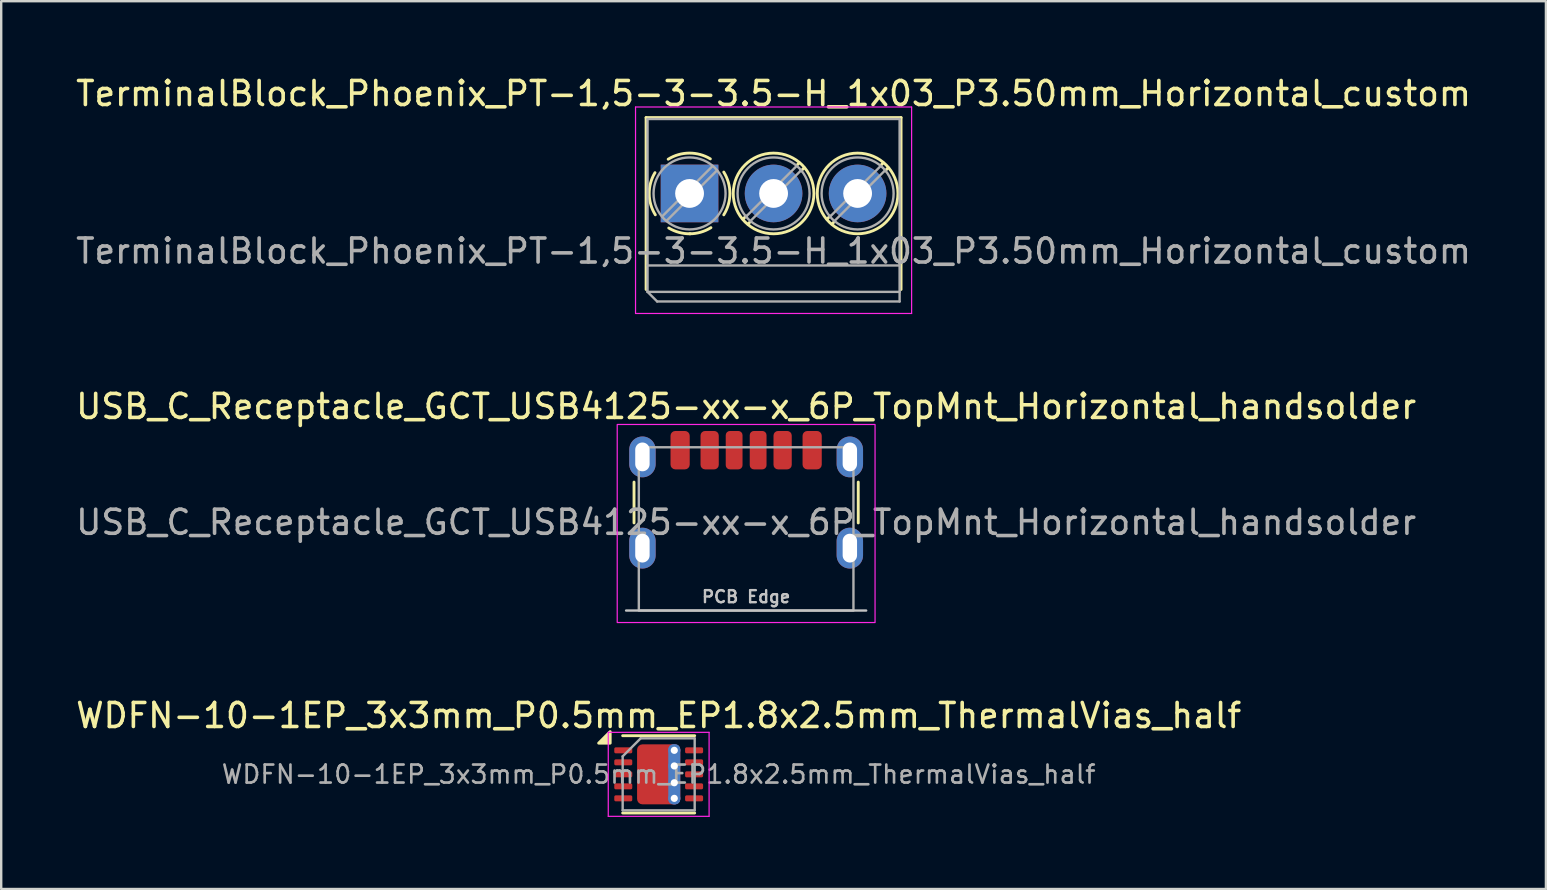
<source format=kicad_pcb>
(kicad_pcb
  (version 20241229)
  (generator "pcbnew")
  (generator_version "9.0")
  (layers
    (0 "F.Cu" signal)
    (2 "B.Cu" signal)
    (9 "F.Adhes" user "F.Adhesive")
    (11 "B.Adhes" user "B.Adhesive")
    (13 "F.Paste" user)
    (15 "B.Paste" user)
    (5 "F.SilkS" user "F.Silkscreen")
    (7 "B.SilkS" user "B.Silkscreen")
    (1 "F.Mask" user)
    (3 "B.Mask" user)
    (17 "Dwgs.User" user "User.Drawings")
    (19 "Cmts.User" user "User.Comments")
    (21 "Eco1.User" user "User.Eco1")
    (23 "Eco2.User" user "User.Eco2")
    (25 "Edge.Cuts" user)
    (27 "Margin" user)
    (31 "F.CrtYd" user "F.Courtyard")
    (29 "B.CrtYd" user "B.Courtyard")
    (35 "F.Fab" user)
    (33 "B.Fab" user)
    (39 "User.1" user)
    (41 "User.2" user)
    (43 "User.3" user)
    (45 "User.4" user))
  (footprint "WDFN-10-1EP_3x3mm_P0.5mm_EP1.8x2.5mm_ThermalVias_half"
    (layer "F.Cu")
    (at 24.387 29.205)
    (property "Reference" "WDFN-10-1EP_3x3mm_P0.5mm_EP1.8x2.5mm_ThermalVias_half" (at 0 -2.45 0) (layer "F.SilkS") (effects (font (size 1 1) (thickness 0.15))))
    (attr smd)
    (fp_line (start -1.5 -1.61) (end 1.5 -1.61) (stroke (width 0.12) (type solid)) (layer "F.SilkS"))
    (fp_line (start -1.5 1.61) (end 1.5 1.61) (stroke (width 0.12) (type solid)) (layer "F.SilkS"))
    (fp_poly (pts (xy -2.02 -1.3) (xy -2.5 -1.3) (xy -2.02 -1.78) (xy -2.02 -1.3)) (stroke (width 0.12) (type solid)) (fill yes) (layer "F.SilkS"))
    (fp_line (start -2.1 -1.75) (end -2.1 1.75) (stroke (width 0.05) (type solid)) (layer "F.CrtYd"))
    (fp_line (start -2.1 1.75) (end 2.1 1.75) (stroke (width 0.05) (type solid)) (layer "F.CrtYd"))
    (fp_line (start 2.1 -1.75) (end -2.1 -1.75) (stroke (width 0.05) (type solid)) (layer "F.CrtYd"))
    (fp_line (start 2.1 1.75) (end 2.1 -1.75) (stroke (width 0.05) (type solid)) (layer "F.CrtYd"))
    (fp_line (start -1.5 -0.75) (end -0.75 -1.5) (stroke (width 0.1) (type solid)) (layer "F.Fab"))
    (fp_line (start -1.5 1.5) (end -1.5 -0.75) (stroke (width 0.1) (type solid)) (layer "F.Fab"))
    (fp_line (start -0.75 -1.5) (end 1.5 -1.5) (stroke (width 0.1) (type solid)) (layer "F.Fab"))
    (fp_line (start 1.5 -1.5) (end 1.5 1.5) (stroke (width 0.1) (type solid)) (layer "F.Fab"))
    (fp_line (start 1.5 1.5) (end -1.5 1.5) (stroke (width 0.1) (type solid)) (layer "F.Fab"))
    (fp_text user "${REFERENCE}" (at 0 0 0) (layer "F.Fab") (effects (font (size 0.75 0.75) (thickness 0.11))))
    (pad "1" smd roundrect (at -1.475 -1) (size 0.75 0.25) (layers "F.Cu" "F.Mask" "F.Paste") (roundrect_rratio 0.25))
    (pad "2" smd roundrect (at -1.475 -0.5) (size 0.75 0.25) (layers "F.Cu" "F.Mask" "F.Paste") (roundrect_rratio 0.25))
    (pad "3" smd roundrect (at -1.475 0) (size 0.75 0.25) (layers "F.Cu" "F.Mask" "F.Paste") (roundrect_rratio 0.25))
    (pad "4" smd roundrect (at -1.475 0.5) (size 0.75 0.25) (layers "F.Cu" "F.Mask" "F.Paste") (roundrect_rratio 0.25))
    (pad "5" smd roundrect (at -1.475 1) (size 0.75 0.25) (layers "F.Cu" "F.Mask" "F.Paste") (roundrect_rratio 0.25))
    (pad "6" smd roundrect (at 1.475 1) (size 0.75 0.25) (layers "F.Cu" "F.Mask" "F.Paste") (roundrect_rratio 0.25))
    (pad "7" smd roundrect (at 1.475 0.5) (size 0.75 0.25) (layers "F.Cu" "F.Mask" "F.Paste") (roundrect_rratio 0.25))
    (pad "8" smd roundrect (at 1.475 0) (size 0.75 0.25) (layers "F.Cu" "F.Mask" "F.Paste") (roundrect_rratio 0.25))
    (pad "9" smd roundrect (at 1.475 -0.5) (size 0.75 0.25) (layers "F.Cu" "F.Mask" "F.Paste") (roundrect_rratio 0.25))
    (pad "10" smd roundrect (at 1.475 -1) (size 0.75 0.25) (layers "F.Cu" "F.Mask" "F.Paste") (roundrect_rratio 0.25))
    (pad "11" smd roundrect (at 0 0) (size 1.8 2.5) (property pad_prop_heatsink) (layers "F.Cu" "F.Mask") (roundrect_rratio 0.125))
    (pad "11" thru_hole circle (at 0.65 -1) (size 0.5 0.5) (drill 0.3) (property pad_prop_heatsink) (layers "*.Cu"))
    (pad "11" thru_hole circle (at 0.65 -0.35) (size 0.5 0.5) (drill 0.3) (property pad_prop_heatsink) (layers "*.Cu"))
    (pad "11" smd roundrect (at 0.65 0) (size 0.5 2.5) (property pad_prop_heatsink) (layers "B.Cu") (roundrect_rratio 0.4))
    (pad "11" thru_hole circle (at 0.65 0.35) (size 0.5 0.5) (drill 0.3) (property pad_prop_heatsink) (layers "*.Cu"))
    (pad "11" thru_hole circle (at 0.65 1) (size 0.5 0.5) (drill 0.3) (property pad_prop_heatsink) (layers "*.Cu")))
  (footprint "TerminalBlock_Phoenix_PT-1,5-3-3.5-H_1x03_P3.50mm_Horizontal_custom"
    (layer "F.Cu")
    (at 25.673 5.008)
    (property "Reference" "TerminalBlock_Phoenix_PT-1,5-3-3.5-H_1x03_P3.50mm_Horizontal_custom" (at 3.5 -4.16 0) (layer "F.SilkS") (effects (font (size 1 1) (thickness 0.15))))
    (attr through_hole)
    (fp_line (start -1.81 -3.16) (end -1.81 4) (stroke (width 0.12) (type solid)) (layer "F.SilkS"))
    (fp_line (start -1.81 -3.16) (end 8.81 -3.16) (stroke (width 0.12) (type solid)) (layer "F.SilkS"))
    (fp_line (start 2.355 0.941) (end 2.226 1.069) (stroke (width 0.12) (type solid)) (layer "F.SilkS"))
    (fp_line (start 2.525 1.181) (end 2.431 1.274) (stroke (width 0.12) (type solid)) (layer "F.SilkS"))
    (fp_line (start 4.57 -1.275) (end 4.476 -1.181) (stroke (width 0.12) (type solid)) (layer "F.SilkS"))
    (fp_line (start 4.775 -1.069) (end 4.646 -0.941) (stroke (width 0.12) (type solid)) (layer "F.SilkS"))
    (fp_line (start 5.855 0.941) (end 5.726 1.069) (stroke (width 0.12) (type solid)) (layer "F.SilkS"))
    (fp_line (start 6.025 1.181) (end 5.931 1.274) (stroke (width 0.12) (type solid)) (layer "F.SilkS"))
    (fp_line (start 8.07 -1.275) (end 7.976 -1.181) (stroke (width 0.12) (type solid)) (layer "F.SilkS"))
    (fp_line (start 8.275 -1.069) (end 8.146 -0.941) (stroke (width 0.12) (type solid)) (layer "F.SilkS"))
    (fp_line (start 8.81 -3.16) (end 8.81 4) (stroke (width 0.12) (type solid)) (layer "F.SilkS"))
    (fp_arc (start -1.425358 0.889894) (mid -1.680286 0.014012) (end -1.44 -0.866) (stroke (width 0.12) (type solid)) (layer "F.SilkS"))
    (fp_arc (start -0.889894 -1.425358) (mid -0.014012 -1.680286) (end 0.866 -1.44) (stroke (width 0.12) (type solid)) (layer "F.SilkS"))
    (fp_arc (start 0.028674 1.680099) (mid -0.435535 1.622918) (end -0.866 1.44) (stroke (width 0.12) (type solid)) (layer "F.SilkS"))
    (fp_arc (start 0.890264 1.424721) (mid 0.463071 1.61492) (end 0 1.68) (stroke (width 0.12) (type solid)) (layer "F.SilkS"))
    (fp_arc (start 1.425504 -0.890193) (mid 1.680626 0.000476) (end 1.425 0.891) (stroke (width 0.12) (type solid)) (layer "F.SilkS"))
    (fp_circle (center 3.5 0) (end 5.18 0) (stroke (width 0.12) (type solid)) (fill no) (layer "F.SilkS"))
    (fp_circle (center 7 0) (end 8.68 0) (stroke (width 0.12) (type solid)) (fill no) (layer "F.SilkS"))
    (fp_line (start -2.25 -3.6) (end -2.25 5) (stroke (width 0.05) (type solid)) (layer "F.CrtYd"))
    (fp_line (start -2.25 5) (end 9.25 5) (stroke (width 0.05) (type solid)) (layer "F.CrtYd"))
    (fp_line (start 9.25 -3.6) (end -2.25 -3.6) (stroke (width 0.05) (type solid)) (layer "F.CrtYd"))
    (fp_line (start 9.25 5) (end 9.25 -3.6) (stroke (width 0.05) (type solid)) (layer "F.CrtYd"))
    (fp_line (start -1.75 -3.1) (end 8.75 -3.1) (stroke (width 0.1) (type solid)) (layer "F.Fab"))
    (fp_line (start -1.75 3) (end 8.75 3) (stroke (width 0.1) (type solid)) (layer "F.Fab"))
    (fp_line (start -1.75 4.1) (end -1.75 -3.1) (stroke (width 0.1) (type solid)) (layer "F.Fab"))
    (fp_line (start -1.75 4.1) (end 8.75 4.1) (stroke (width 0.1) (type solid)) (layer "F.Fab"))
    (fp_line (start -1.35 4.5) (end -1.75 4.1) (stroke (width 0.1) (type solid)) (layer "F.Fab"))
    (fp_line (start 0.955 -1.138) (end -1.138 0.955) (stroke (width 0.1) (type solid)) (layer "F.Fab"))
    (fp_line (start 1.138 -0.955) (end -0.955 1.138) (stroke (width 0.1) (type solid)) (layer "F.Fab"))
    (fp_line (start 4.455 -1.138) (end 2.363 0.955) (stroke (width 0.1) (type solid)) (layer "F.Fab"))
    (fp_line (start 4.638 -0.955) (end 2.546 1.138) (stroke (width 0.1) (type solid)) (layer "F.Fab"))
    (fp_line (start 7.955 -1.138) (end 5.863 0.955) (stroke (width 0.1) (type solid)) (layer "F.Fab"))
    (fp_line (start 8.138 -0.955) (end 6.046 1.138) (stroke (width 0.1) (type solid)) (layer "F.Fab"))
    (fp_line (start 8.75 -3.1) (end 8.75 4.5) (stroke (width 0.1) (type solid)) (layer "F.Fab"))
    (fp_line (start 8.75 4.5) (end -1.35 4.5) (stroke (width 0.1) (type solid)) (layer "F.Fab"))
    (fp_circle (center 0 0) (end 1.5 0) (stroke (width 0.1) (type solid)) (fill no) (layer "F.Fab"))
    (fp_circle (center 3.5 0) (end 5 0) (stroke (width 0.1) (type solid)) (fill no) (layer "F.Fab"))
    (fp_circle (center 7 0) (end 8.5 0) (stroke (width 0.1) (type solid)) (fill no) (layer "F.Fab"))
    (fp_text user "${REFERENCE}" (at 3.5 2.4 0) (layer "F.Fab") (effects (font (size 1 1) (thickness 0.15))))
    (pad "1" thru_hole rect (at 0 0) (size 2.4 2.4) (drill 1.2) (layers "*.Cu" "*.Mask"))
    (pad "2" thru_hole circle (at 3.5 0) (size 2.4 2.4) (drill 1.2) (layers "*.Cu" "*.Mask"))
    (pad "3" thru_hole circle (at 7 0) (size 2.4 2.4) (drill 1.2) (layers "*.Cu" "*.Mask")))
  (footprint "USB_C_Receptacle_GCT_USB4125-xx-x_6P_TopMnt_Horizontal_handsolder"
    (layer "F.Cu")
    (at 28.03 18.982)
    (property "Reference" "USB_C_Receptacle_GCT_USB4125-xx-x_6P_TopMnt_Horizontal_handsolder" (at 0 -5.1 0) (unlocked yes) (layer "F.SilkS") (effects (font (size 1 1) (thickness 0.15))))
    (attr smd)
    (fp_line (start -4.67 -0.25) (end -4.67 -1.95) (stroke (width 0.12) (type solid)) (layer "F.SilkS"))
    (fp_line (start 4.67 -0.25) (end 4.67 -1.95) (stroke (width 0.12) (type solid)) (layer "F.SilkS"))
    (fp_line (start 5 3.4) (end -5 3.4) (stroke (width 0.1) (type solid)) (layer "Dwgs.User"))
    (fp_rect (start -5.37 -4.35) (end 5.37 3.9) (stroke (width 0.05) (type solid)) (fill no) (layer "F.CrtYd"))
    (fp_rect (start -4.47 -3.4) (end 4.47 3.4) (stroke (width 0.1) (type solid)) (fill no) (layer "F.Fab"))
    (fp_text user "PCB Edge" (at 0 2.825 0) (unlocked yes) (layer "Dwgs.User") (effects (font (size 0.5 0.5) (thickness 0.1))))
    (fp_text user "${REFERENCE}" (at 0 -0.275 0) (unlocked yes) (layer "F.Fab") (effects (font (size 1 1) (thickness 0.15))))
    (pad "A5" smd roundrect (at -0.5 -3.28) (size 0.7 1.6) (layers "F.Cu" "F.Mask" "F.Paste") (roundrect_rratio 0.25))
    (pad "A9" smd roundrect (at 1.52 -3.28 180) (size 0.76 1.6) (layers "F.Cu" "F.Mask" "F.Paste") (roundrect_rratio 0.25))
    (pad "A12" smd roundrect (at 2.75 -3.28 180) (size 0.8 1.6) (layers "F.Cu" "F.Mask" "F.Paste") (roundrect_rratio 0.25))
    (pad "B5" smd roundrect (at 0.5 -3.28 180) (size 0.7 1.6) (layers "F.Cu" "F.Mask" "F.Paste") (roundrect_rratio 0.25))
    (pad "B9" smd roundrect (at -1.52 -3.28) (size 0.76 1.6) (layers "F.Cu" "F.Mask" "F.Paste") (roundrect_rratio 0.25))
    (pad "B12" smd roundrect (at -2.75 -3.28) (size 0.8 1.6) (layers "F.Cu" "F.Mask" "F.Paste") (roundrect_rratio 0.25))
    (pad "S1" thru_hole oval (at -4.32 -3) (size 1.1 1.7) (drill oval 0.6 1.2) (layers "*.Cu" "*.Mask" "F.Paste"))
    (pad "S1" thru_hole oval (at -4.32 0.8) (size 1.1 1.7) (drill oval 0.6 1.2) (layers "*.Cu" "*.Mask" "F.Paste"))
    (pad "S1" thru_hole oval (at 4.32 -3) (size 1.1 1.7) (drill oval 0.6 1.2) (layers "*.Cu" "*.Mask" "F.Paste"))
    (pad "S1" thru_hole oval (at 4.32 0.8) (size 1.1 1.7) (drill oval 0.6 1.2) (layers "*.Cu" "*.Mask" "F.Paste")))
  (gr_rect
    (start -3 -3)
    (end 61.345 33.98)
    (stroke (width 0.1) (type default))
    (fill no)
    (layer "Edge.Cuts")))
</source>
